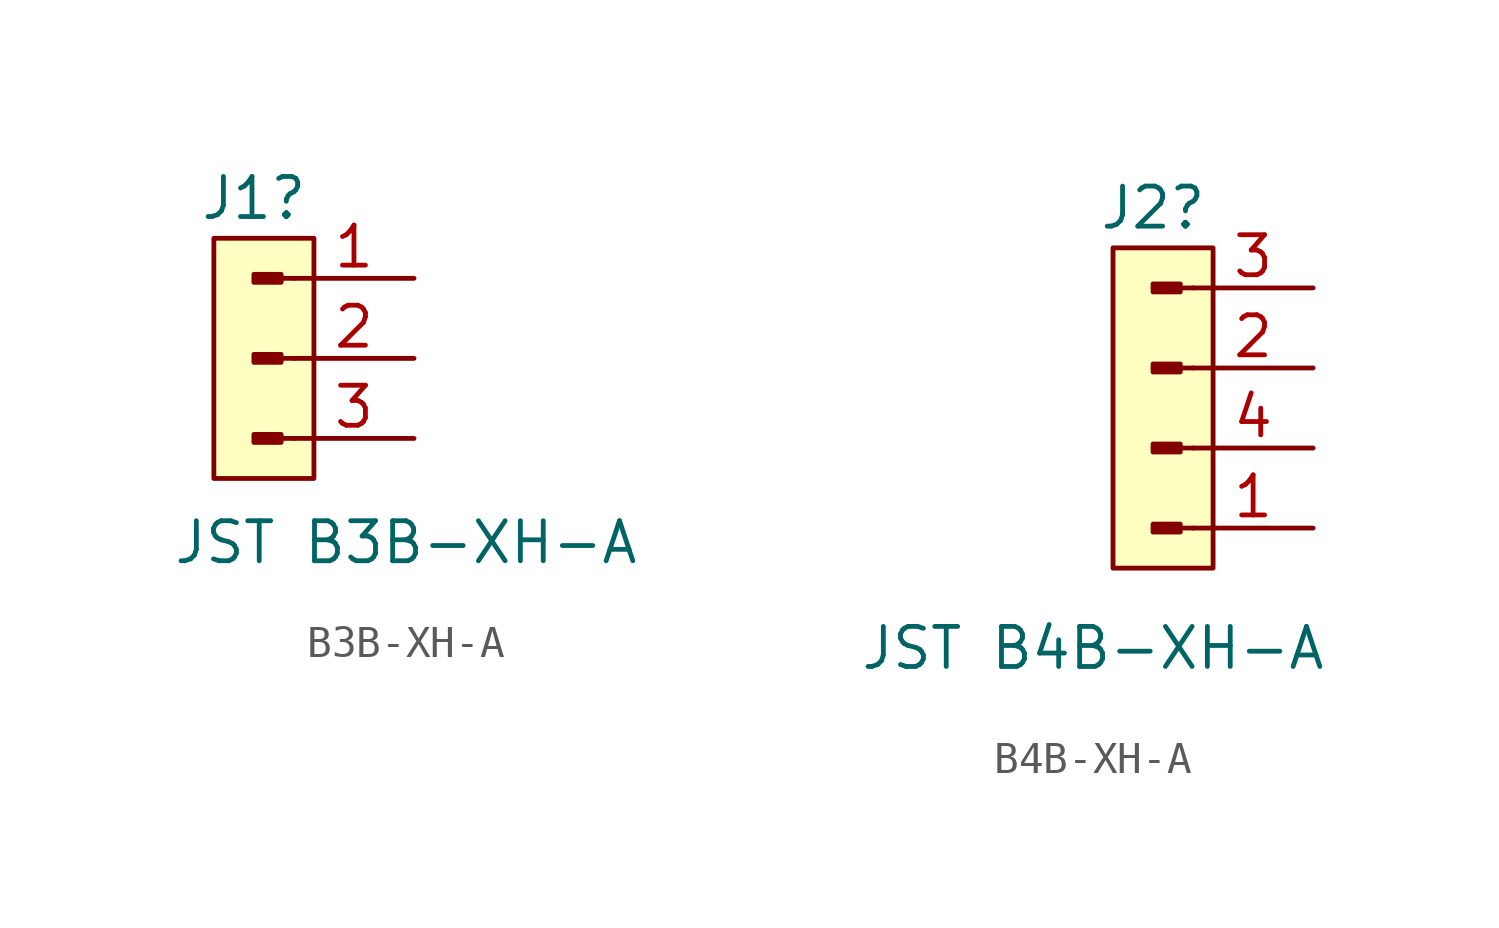
<source format=kicad_sym>
(kicad_symbol_lib
  (version 20220914)
  (generator kicad_symbol_editor)
  (symbol "B3B-XH-A"
    (pin_names
      (offset 1.016) hide)
    (property "Reference" "J1"
      (at 0 5.08 0)
      (effects (font (size 1.27 1.27))))
    (property "Value" "JST B3B-XH-A"
      (at 4.826 -5.842 0)
      (effects (font (size 1.27 1.27))))
    (property "ki_locked" ""
      (at 0 0 0)
      (effects (font (size 1.27 1.27))))
    (symbol "B3B-XH-A_1_1"
      (rectangle (start -1.27 3.81) (end 1.905 -3.81) (stroke (width 0) (type default)) (fill (type background)))
      (polyline (pts (xy 1.27 -2.54) (xy 0.864 -2.54)) (stroke (width 0.152) (type default)) (fill (type none)))
      (polyline (pts (xy 1.27 0) (xy 0.864 0)) (stroke (width 0.152) (type default)) (fill (type none)))
      (polyline (pts (xy 1.27 2.54) (xy 0.864 2.54)) (stroke (width 0.152) (type default)) (fill (type none)))
      (rectangle (start 0.864 -2.413) (end 0 -2.667) (stroke (width 0.152) (type default)) (fill (type outline)))
      (rectangle (start 0.864 0.127) (end 0 -0.127) (stroke (width 0.152) (type default)) (fill (type outline)))
      (rectangle (start 0.864 2.667) (end 0 2.413) (stroke (width 0.152) (type default)) (fill (type outline)))
      (pin passive line (at 5.08 2.54 180) (length 3.81) (name "Pin_1" (effects (font (size 1.27 1.27)))) (number "1" (effects (font (size 1.27 1.27)))))
      (pin passive line (at 5.08 0 180) (length 3.81) (name "Pin_2" (effects (font (size 1.27 1.27)))) (number "2" (effects (font (size 1.27 1.27)))))
      (pin passive line (at 5.08 -2.54 180) (length 3.81) (name "Pin_3" (effects (font (size 1.27 1.27)))) (number "3" (effects (font (size 1.27 1.27)))))))
  (symbol "B4B-XH-A"
    (pin_names
      (offset 1.016) hide)
    (property "Reference" "J2"
      (at 0 5.08 0)
      (effects (font (size 1.27 1.27))))
    (property "Value" "JST B4B-XH-A"
      (at -1.905 -8.89 0)
      (effects (font (size 1.27 1.27))))
    (property "ki_locked" ""
      (at 0 0 0)
      (effects (font (size 1.27 1.27))))
    (symbol "B4B-XH-A_1_1"
      (rectangle (start -1.27 3.81) (end 1.905 -6.35) (stroke (width 0) (type default)) (fill (type background)))
      (rectangle (start 0 -4.953) (end 0.864 -5.207) (stroke (width 0.152) (type default)) (fill (type outline)))
      (polyline (pts (xy 1.27 -5.08) (xy 0.864 -5.08)) (stroke (width 0.152) (type default)) (fill (type none)))
      (polyline (pts (xy 1.27 -2.54) (xy 0.864 -2.54)) (stroke (width 0.152) (type default)) (fill (type none)))
      (polyline (pts (xy 1.27 0) (xy 0.864 0)) (stroke (width 0.152) (type default)) (fill (type none)))
      (polyline (pts (xy 1.27 2.54) (xy 0.864 2.54)) (stroke (width 0.152) (type default)) (fill (type none)))
      (rectangle (start 0.864 -2.413) (end 0 -2.667) (stroke (width 0.152) (type default)) (fill (type outline)))
      (rectangle (start 0.864 0.127) (end 0 -0.127) (stroke (width 0.152) (type default)) (fill (type outline)))
      (rectangle (start 0.864 2.667) (end 0 2.413) (stroke (width 0.152) (type default)) (fill (type outline)))
      (pin passive line (at 5.08 -5.08 180) (length 3.81) (name "Pin_1" (effects (font (size 1.27 1.27)))) (number "1" (effects (font (size 1.27 1.27)))))
      (pin passive line (at 5.08 0 180) (length 3.81) (name "Pin_2" (effects (font (size 1.27 1.27)))) (number "2" (effects (font (size 1.27 1.27)))))
      (pin passive line (at 5.08 2.54 180) (length 3.81) (name "Pin_3" (effects (font (size 1.27 1.27)))) (number "3" (effects (font (size 1.27 1.27)))))
      (pin passive line (at 5.08 -2.54 180) (length 3.81) (name "Pin_4" (effects (font (size 1.27 1.27)))) (number "4" (effects (font (size 1.27 1.27))))))))
</source>
